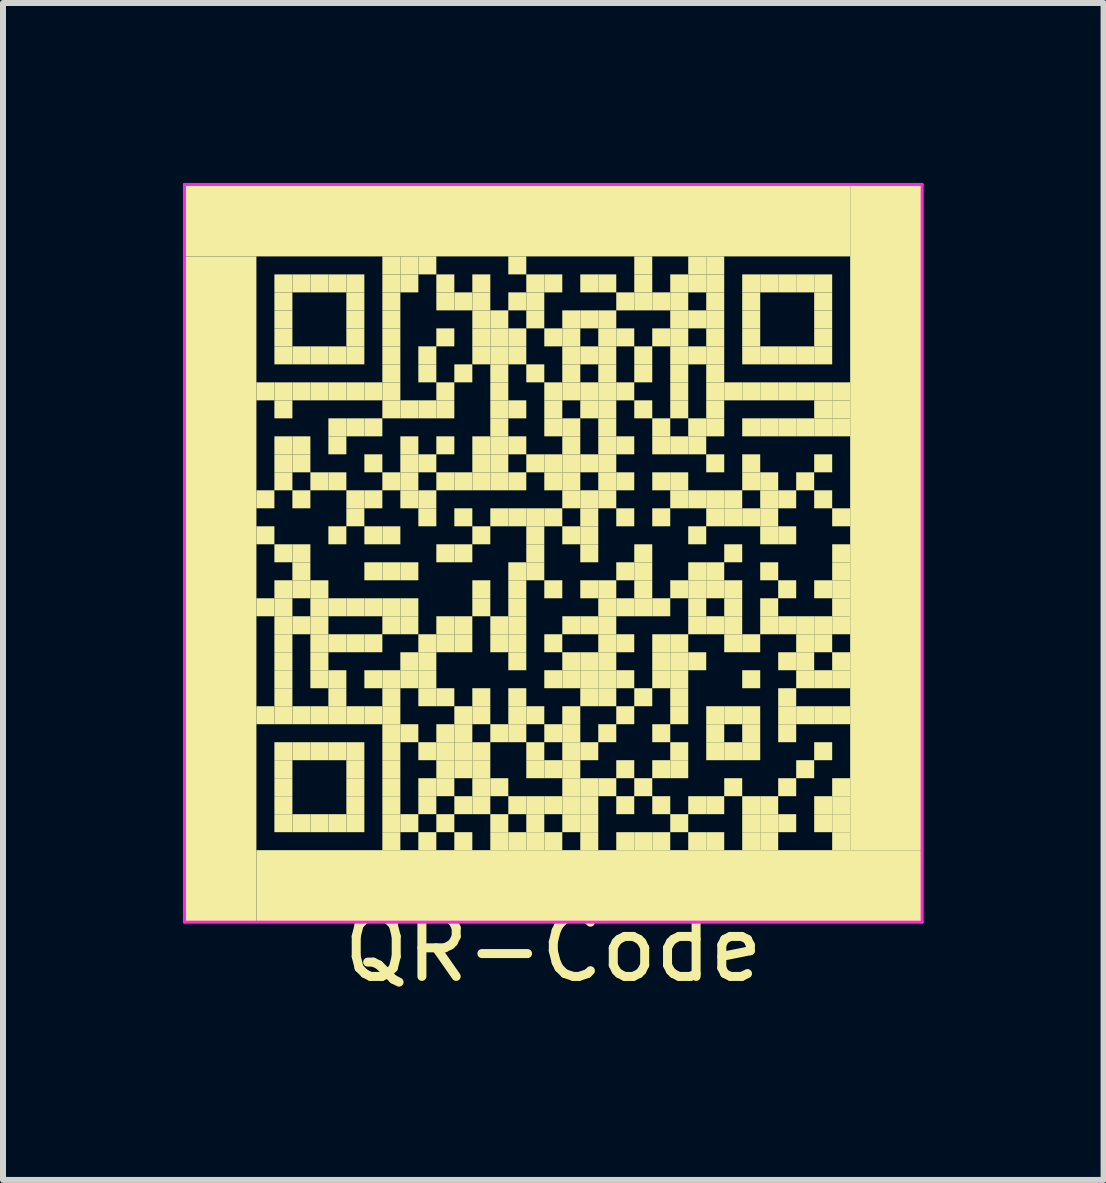
<source format=kicad_pcb>
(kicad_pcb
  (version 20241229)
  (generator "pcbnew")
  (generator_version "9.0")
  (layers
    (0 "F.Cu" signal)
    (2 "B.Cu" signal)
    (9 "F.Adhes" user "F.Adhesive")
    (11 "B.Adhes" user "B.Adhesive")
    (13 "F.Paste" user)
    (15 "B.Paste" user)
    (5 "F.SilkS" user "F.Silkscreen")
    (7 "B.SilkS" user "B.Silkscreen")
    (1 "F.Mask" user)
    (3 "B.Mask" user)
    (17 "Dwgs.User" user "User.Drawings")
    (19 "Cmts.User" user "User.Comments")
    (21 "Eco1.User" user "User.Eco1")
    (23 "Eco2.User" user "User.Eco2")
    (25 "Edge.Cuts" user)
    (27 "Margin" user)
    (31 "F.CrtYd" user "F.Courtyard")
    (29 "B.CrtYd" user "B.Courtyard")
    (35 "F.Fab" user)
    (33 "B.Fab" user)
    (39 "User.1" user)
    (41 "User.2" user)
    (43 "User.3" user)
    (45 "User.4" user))
  (footprint "QR-Code"
    (layer "F.Cu")
    (at 6.175 6.175)
    (property "Reference" "QR-Code" (at 0 6.6 0) (layer "F.SilkS") (effects (font (size 1 1) (thickness 0.15))))
    (fp_rect (start -6.15 -6.15) (end 4.95 -4.95) (stroke (width 0) (type default)) (fill yes) (layer "F.SilkS"))
    (fp_rect (start -6.15 -4.95) (end -4.95 6.15) (stroke (width 0) (type default)) (fill yes) (layer "F.SilkS"))
    (fp_rect (start -4.95 -2.85) (end -4.65 -2.55) (stroke (width 0) (type default)) (fill yes) (layer "F.SilkS"))
    (fp_rect (start -4.95 -1.05) (end -4.65 -0.75) (stroke (width 0) (type default)) (fill yes) (layer "F.SilkS"))
    (fp_rect (start -4.95 -0.45) (end -4.65 -0.15) (stroke (width 0) (type default)) (fill yes) (layer "F.SilkS"))
    (fp_rect (start -4.95 0.75) (end -4.65 1.05) (stroke (width 0) (type default)) (fill yes) (layer "F.SilkS"))
    (fp_rect (start -4.95 2.55) (end -4.65 2.85) (stroke (width 0) (type default)) (fill yes) (layer "F.SilkS"))
    (fp_rect (start -4.95 4.95) (end 6.15 6.15) (stroke (width 0) (type default)) (fill yes) (layer "F.SilkS"))
    (fp_rect (start -4.65 -4.65) (end -4.35 -4.35) (stroke (width 0) (type default)) (fill yes) (layer "F.SilkS"))
    (fp_rect (start -4.65 -4.35) (end -4.35 -4.05) (stroke (width 0) (type default)) (fill yes) (layer "F.SilkS"))
    (fp_rect (start -4.65 -4.05) (end -4.35 -3.75) (stroke (width 0) (type default)) (fill yes) (layer "F.SilkS"))
    (fp_rect (start -4.65 -3.75) (end -4.35 -3.45) (stroke (width 0) (type default)) (fill yes) (layer "F.SilkS"))
    (fp_rect (start -4.65 -3.45) (end -4.35 -3.15) (stroke (width 0) (type default)) (fill yes) (layer "F.SilkS"))
    (fp_rect (start -4.65 -2.85) (end -4.35 -2.55) (stroke (width 0) (type default)) (fill yes) (layer "F.SilkS"))
    (fp_rect (start -4.65 -2.55) (end -4.35 -2.25) (stroke (width 0) (type default)) (fill yes) (layer "F.SilkS"))
    (fp_rect (start -4.65 -1.95) (end -4.35 -1.65) (stroke (width 0) (type default)) (fill yes) (layer "F.SilkS"))
    (fp_rect (start -4.65 -1.65) (end -4.35 -1.35) (stroke (width 0) (type default)) (fill yes) (layer "F.SilkS"))
    (fp_rect (start -4.65 -1.35) (end -4.35 -1.05) (stroke (width 0) (type default)) (fill yes) (layer "F.SilkS"))
    (fp_rect (start -4.65 -0.15) (end -4.35 0.15) (stroke (width 0) (type default)) (fill yes) (layer "F.SilkS"))
    (fp_rect (start -4.65 0.45) (end -4.35 0.75) (stroke (width 0) (type default)) (fill yes) (layer "F.SilkS"))
    (fp_rect (start -4.65 0.75) (end -4.35 1.05) (stroke (width 0) (type default)) (fill yes) (layer "F.SilkS"))
    (fp_rect (start -4.65 1.05) (end -4.35 1.35) (stroke (width 0) (type default)) (fill yes) (layer "F.SilkS"))
    (fp_rect (start -4.65 1.35) (end -4.35 1.65) (stroke (width 0) (type default)) (fill yes) (layer "F.SilkS"))
    (fp_rect (start -4.65 1.65) (end -4.35 1.95) (stroke (width 0) (type default)) (fill yes) (layer "F.SilkS"))
    (fp_rect (start -4.65 1.95) (end -4.35 2.25) (stroke (width 0) (type default)) (fill yes) (layer "F.SilkS"))
    (fp_rect (start -4.65 2.25) (end -4.35 2.55) (stroke (width 0) (type default)) (fill yes) (layer "F.SilkS"))
    (fp_rect (start -4.65 2.55) (end -4.35 2.85) (stroke (width 0) (type default)) (fill yes) (layer "F.SilkS"))
    (fp_rect (start -4.65 3.15) (end -4.35 3.45) (stroke (width 0) (type default)) (fill yes) (layer "F.SilkS"))
    (fp_rect (start -4.65 3.45) (end -4.35 3.75) (stroke (width 0) (type default)) (fill yes) (layer "F.SilkS"))
    (fp_rect (start -4.65 3.75) (end -4.35 4.05) (stroke (width 0) (type default)) (fill yes) (layer "F.SilkS"))
    (fp_rect (start -4.65 4.05) (end -4.35 4.35) (stroke (width 0) (type default)) (fill yes) (layer "F.SilkS"))
    (fp_rect (start -4.65 4.35) (end -4.35 4.65) (stroke (width 0) (type default)) (fill yes) (layer "F.SilkS"))
    (fp_rect (start -4.35 -4.65) (end -4.05 -4.35) (stroke (width 0) (type default)) (fill yes) (layer "F.SilkS"))
    (fp_rect (start -4.35 -3.45) (end -4.05 -3.15) (stroke (width 0) (type default)) (fill yes) (layer "F.SilkS"))
    (fp_rect (start -4.35 -2.85) (end -4.05 -2.55) (stroke (width 0) (type default)) (fill yes) (layer "F.SilkS"))
    (fp_rect (start -4.35 -1.95) (end -4.05 -1.65) (stroke (width 0) (type default)) (fill yes) (layer "F.SilkS"))
    (fp_rect (start -4.35 -1.65) (end -4.05 -1.35) (stroke (width 0) (type default)) (fill yes) (layer "F.SilkS"))
    (fp_rect (start -4.35 -1.05) (end -4.05 -0.75) (stroke (width 0) (type default)) (fill yes) (layer "F.SilkS"))
    (fp_rect (start -4.35 -0.15) (end -4.05 0.15) (stroke (width 0) (type default)) (fill yes) (layer "F.SilkS"))
    (fp_rect (start -4.35 0.15) (end -4.05 0.45) (stroke (width 0) (type default)) (fill yes) (layer "F.SilkS"))
    (fp_rect (start -4.35 0.45) (end -4.05 0.75) (stroke (width 0) (type default)) (fill yes) (layer "F.SilkS"))
    (fp_rect (start -4.35 1.05) (end -4.05 1.35) (stroke (width 0) (type default)) (fill yes) (layer "F.SilkS"))
    (fp_rect (start -4.35 2.55) (end -4.05 2.85) (stroke (width 0) (type default)) (fill yes) (layer "F.SilkS"))
    (fp_rect (start -4.35 3.15) (end -4.05 3.45) (stroke (width 0) (type default)) (fill yes) (layer "F.SilkS"))
    (fp_rect (start -4.35 4.35) (end -4.05 4.65) (stroke (width 0) (type default)) (fill yes) (layer "F.SilkS"))
    (fp_rect (start -4.05 -4.65) (end -3.75 -4.35) (stroke (width 0) (type default)) (fill yes) (layer "F.SilkS"))
    (fp_rect (start -4.05 -3.45) (end -3.75 -3.15) (stroke (width 0) (type default)) (fill yes) (layer "F.SilkS"))
    (fp_rect (start -4.05 -2.85) (end -3.75 -2.55) (stroke (width 0) (type default)) (fill yes) (layer "F.SilkS"))
    (fp_rect (start -4.05 -1.35) (end -3.75 -1.05) (stroke (width 0) (type default)) (fill yes) (layer "F.SilkS"))
    (fp_rect (start -4.05 0.45) (end -3.75 0.75) (stroke (width 0) (type default)) (fill yes) (layer "F.SilkS"))
    (fp_rect (start -4.05 0.75) (end -3.75 1.05) (stroke (width 0) (type default)) (fill yes) (layer "F.SilkS"))
    (fp_rect (start -4.05 1.05) (end -3.75 1.35) (stroke (width 0) (type default)) (fill yes) (layer "F.SilkS"))
    (fp_rect (start -4.05 1.35) (end -3.75 1.65) (stroke (width 0) (type default)) (fill yes) (layer "F.SilkS"))
    (fp_rect (start -4.05 1.65) (end -3.75 1.95) (stroke (width 0) (type default)) (fill yes) (layer "F.SilkS"))
    (fp_rect (start -4.05 1.95) (end -3.75 2.25) (stroke (width 0) (type default)) (fill yes) (layer "F.SilkS"))
    (fp_rect (start -4.05 2.55) (end -3.75 2.85) (stroke (width 0) (type default)) (fill yes) (layer "F.SilkS"))
    (fp_rect (start -4.05 3.15) (end -3.75 3.45) (stroke (width 0) (type default)) (fill yes) (layer "F.SilkS"))
    (fp_rect (start -4.05 4.35) (end -3.75 4.65) (stroke (width 0) (type default)) (fill yes) (layer "F.SilkS"))
    (fp_rect (start -3.75 -4.65) (end -3.45 -4.35) (stroke (width 0) (type default)) (fill yes) (layer "F.SilkS"))
    (fp_rect (start -3.75 -3.45) (end -3.45 -3.15) (stroke (width 0) (type default)) (fill yes) (layer "F.SilkS"))
    (fp_rect (start -3.75 -2.85) (end -3.45 -2.55) (stroke (width 0) (type default)) (fill yes) (layer "F.SilkS"))
    (fp_rect (start -3.75 -2.25) (end -3.45 -1.95) (stroke (width 0) (type default)) (fill yes) (layer "F.SilkS"))
    (fp_rect (start -3.75 -1.95) (end -3.45 -1.65) (stroke (width 0) (type default)) (fill yes) (layer "F.SilkS"))
    (fp_rect (start -3.75 -1.35) (end -3.45 -1.05) (stroke (width 0) (type default)) (fill yes) (layer "F.SilkS"))
    (fp_rect (start -3.75 -0.45) (end -3.45 -0.15) (stroke (width 0) (type default)) (fill yes) (layer "F.SilkS"))
    (fp_rect (start -3.75 0.75) (end -3.45 1.05) (stroke (width 0) (type default)) (fill yes) (layer "F.SilkS"))
    (fp_rect (start -3.75 1.35) (end -3.45 1.65) (stroke (width 0) (type default)) (fill yes) (layer "F.SilkS"))
    (fp_rect (start -3.75 1.95) (end -3.45 2.25) (stroke (width 0) (type default)) (fill yes) (layer "F.SilkS"))
    (fp_rect (start -3.75 2.25) (end -3.45 2.55) (stroke (width 0) (type default)) (fill yes) (layer "F.SilkS"))
    (fp_rect (start -3.75 2.55) (end -3.45 2.85) (stroke (width 0) (type default)) (fill yes) (layer "F.SilkS"))
    (fp_rect (start -3.75 3.15) (end -3.45 3.45) (stroke (width 0) (type default)) (fill yes) (layer "F.SilkS"))
    (fp_rect (start -3.75 4.35) (end -3.45 4.65) (stroke (width 0) (type default)) (fill yes) (layer "F.SilkS"))
    (fp_rect (start -3.45 -4.65) (end -3.15 -4.35) (stroke (width 0) (type default)) (fill yes) (layer "F.SilkS"))
    (fp_rect (start -3.45 -4.35) (end -3.15 -4.05) (stroke (width 0) (type default)) (fill yes) (layer "F.SilkS"))
    (fp_rect (start -3.45 -4.05) (end -3.15 -3.75) (stroke (width 0) (type default)) (fill yes) (layer "F.SilkS"))
    (fp_rect (start -3.45 -3.75) (end -3.15 -3.45) (stroke (width 0) (type default)) (fill yes) (layer "F.SilkS"))
    (fp_rect (start -3.45 -3.45) (end -3.15 -3.15) (stroke (width 0) (type default)) (fill yes) (layer "F.SilkS"))
    (fp_rect (start -3.45 -2.85) (end -3.15 -2.55) (stroke (width 0) (type default)) (fill yes) (layer "F.SilkS"))
    (fp_rect (start -3.45 -2.25) (end -3.15 -1.95) (stroke (width 0) (type default)) (fill yes) (layer "F.SilkS"))
    (fp_rect (start -3.45 -1.05) (end -3.15 -0.75) (stroke (width 0) (type default)) (fill yes) (layer "F.SilkS"))
    (fp_rect (start -3.45 -0.75) (end -3.15 -0.45) (stroke (width 0) (type default)) (fill yes) (layer "F.SilkS"))
    (fp_rect (start -3.45 0.75) (end -3.15 1.05) (stroke (width 0) (type default)) (fill yes) (layer "F.SilkS"))
    (fp_rect (start -3.45 1.35) (end -3.15 1.65) (stroke (width 0) (type default)) (fill yes) (layer "F.SilkS"))
    (fp_rect (start -3.45 2.55) (end -3.15 2.85) (stroke (width 0) (type default)) (fill yes) (layer "F.SilkS"))
    (fp_rect (start -3.45 3.15) (end -3.15 3.45) (stroke (width 0) (type default)) (fill yes) (layer "F.SilkS"))
    (fp_rect (start -3.45 3.45) (end -3.15 3.75) (stroke (width 0) (type default)) (fill yes) (layer "F.SilkS"))
    (fp_rect (start -3.45 3.75) (end -3.15 4.05) (stroke (width 0) (type default)) (fill yes) (layer "F.SilkS"))
    (fp_rect (start -3.45 4.05) (end -3.15 4.35) (stroke (width 0) (type default)) (fill yes) (layer "F.SilkS"))
    (fp_rect (start -3.45 4.35) (end -3.15 4.65) (stroke (width 0) (type default)) (fill yes) (layer "F.SilkS"))
    (fp_rect (start -3.15 -2.85) (end -2.85 -2.55) (stroke (width 0) (type default)) (fill yes) (layer "F.SilkS"))
    (fp_rect (start -3.15 -2.25) (end -2.85 -1.95) (stroke (width 0) (type default)) (fill yes) (layer "F.SilkS"))
    (fp_rect (start -3.15 -1.65) (end -2.85 -1.35) (stroke (width 0) (type default)) (fill yes) (layer "F.SilkS"))
    (fp_rect (start -3.15 -1.05) (end -2.85 -0.75) (stroke (width 0) (type default)) (fill yes) (layer "F.SilkS"))
    (fp_rect (start -3.15 -0.45) (end -2.85 -0.15) (stroke (width 0) (type default)) (fill yes) (layer "F.SilkS"))
    (fp_rect (start -3.15 0.15) (end -2.85 0.45) (stroke (width 0) (type default)) (fill yes) (layer "F.SilkS"))
    (fp_rect (start -3.15 0.75) (end -2.85 1.05) (stroke (width 0) (type default)) (fill yes) (layer "F.SilkS"))
    (fp_rect (start -3.15 1.35) (end -2.85 1.65) (stroke (width 0) (type default)) (fill yes) (layer "F.SilkS"))
    (fp_rect (start -3.15 1.95) (end -2.85 2.25) (stroke (width 0) (type default)) (fill yes) (layer "F.SilkS"))
    (fp_rect (start -3.15 2.55) (end -2.85 2.85) (stroke (width 0) (type default)) (fill yes) (layer "F.SilkS"))
    (fp_rect (start -2.85 -4.95) (end -2.55 -4.65) (stroke (width 0) (type default)) (fill yes) (layer "F.SilkS"))
    (fp_rect (start -2.85 -4.65) (end -2.55 -4.35) (stroke (width 0) (type default)) (fill yes) (layer "F.SilkS"))
    (fp_rect (start -2.85 -4.35) (end -2.55 -4.05) (stroke (width 0) (type default)) (fill yes) (layer "F.SilkS"))
    (fp_rect (start -2.85 -4.05) (end -2.55 -3.75) (stroke (width 0) (type default)) (fill yes) (layer "F.SilkS"))
    (fp_rect (start -2.85 -3.75) (end -2.55 -3.45) (stroke (width 0) (type default)) (fill yes) (layer "F.SilkS"))
    (fp_rect (start -2.85 -3.45) (end -2.55 -3.15) (stroke (width 0) (type default)) (fill yes) (layer "F.SilkS"))
    (fp_rect (start -2.85 -3.15) (end -2.55 -2.85) (stroke (width 0) (type default)) (fill yes) (layer "F.SilkS"))
    (fp_rect (start -2.85 -2.85) (end -2.55 -2.55) (stroke (width 0) (type default)) (fill yes) (layer "F.SilkS"))
    (fp_rect (start -2.85 -2.55) (end -2.55 -2.25) (stroke (width 0) (type default)) (fill yes) (layer "F.SilkS"))
    (fp_rect (start -2.85 -1.35) (end -2.55 -1.05) (stroke (width 0) (type default)) (fill yes) (layer "F.SilkS"))
    (fp_rect (start -2.85 -0.45) (end -2.55 -0.15) (stroke (width 0) (type default)) (fill yes) (layer "F.SilkS"))
    (fp_rect (start -2.85 0.15) (end -2.55 0.45) (stroke (width 0) (type default)) (fill yes) (layer "F.SilkS"))
    (fp_rect (start -2.85 0.75) (end -2.55 1.05) (stroke (width 0) (type default)) (fill yes) (layer "F.SilkS"))
    (fp_rect (start -2.85 1.05) (end -2.55 1.35) (stroke (width 0) (type default)) (fill yes) (layer "F.SilkS"))
    (fp_rect (start -2.85 1.95) (end -2.55 2.25) (stroke (width 0) (type default)) (fill yes) (layer "F.SilkS"))
    (fp_rect (start -2.85 2.25) (end -2.55 2.55) (stroke (width 0) (type default)) (fill yes) (layer "F.SilkS"))
    (fp_rect (start -2.85 2.55) (end -2.55 2.85) (stroke (width 0) (type default)) (fill yes) (layer "F.SilkS"))
    (fp_rect (start -2.85 2.85) (end -2.55 3.15) (stroke (width 0) (type default)) (fill yes) (layer "F.SilkS"))
    (fp_rect (start -2.85 3.15) (end -2.55 3.45) (stroke (width 0) (type default)) (fill yes) (layer "F.SilkS"))
    (fp_rect (start -2.85 3.45) (end -2.55 3.75) (stroke (width 0) (type default)) (fill yes) (layer "F.SilkS"))
    (fp_rect (start -2.85 3.75) (end -2.55 4.05) (stroke (width 0) (type default)) (fill yes) (layer "F.SilkS"))
    (fp_rect (start -2.85 4.05) (end -2.55 4.35) (stroke (width 0) (type default)) (fill yes) (layer "F.SilkS"))
    (fp_rect (start -2.85 4.35) (end -2.55 4.65) (stroke (width 0) (type default)) (fill yes) (layer "F.SilkS"))
    (fp_rect (start -2.85 4.65) (end -2.55 4.95) (stroke (width 0) (type default)) (fill yes) (layer "F.SilkS"))
    (fp_rect (start -2.55 -4.95) (end -2.25 -4.65) (stroke (width 0) (type default)) (fill yes) (layer "F.SilkS"))
    (fp_rect (start -2.55 -4.65) (end -2.25 -4.35) (stroke (width 0) (type default)) (fill yes) (layer "F.SilkS"))
    (fp_rect (start -2.55 -2.55) (end -2.25 -2.25) (stroke (width 0) (type default)) (fill yes) (layer "F.SilkS"))
    (fp_rect (start -2.55 -1.95) (end -2.25 -1.65) (stroke (width 0) (type default)) (fill yes) (layer "F.SilkS"))
    (fp_rect (start -2.55 -1.65) (end -2.25 -1.35) (stroke (width 0) (type default)) (fill yes) (layer "F.SilkS"))
    (fp_rect (start -2.55 -1.35) (end -2.25 -1.05) (stroke (width 0) (type default)) (fill yes) (layer "F.SilkS"))
    (fp_rect (start -2.55 -1.05) (end -2.25 -0.75) (stroke (width 0) (type default)) (fill yes) (layer "F.SilkS"))
    (fp_rect (start -2.55 0.15) (end -2.25 0.45) (stroke (width 0) (type default)) (fill yes) (layer "F.SilkS"))
    (fp_rect (start -2.55 0.75) (end -2.25 1.05) (stroke (width 0) (type default)) (fill yes) (layer "F.SilkS"))
    (fp_rect (start -2.55 1.05) (end -2.25 1.35) (stroke (width 0) (type default)) (fill yes) (layer "F.SilkS"))
    (fp_rect (start -2.55 1.65) (end -2.25 1.95) (stroke (width 0) (type default)) (fill yes) (layer "F.SilkS"))
    (fp_rect (start -2.55 1.95) (end -2.25 2.25) (stroke (width 0) (type default)) (fill yes) (layer "F.SilkS"))
    (fp_rect (start -2.55 2.85) (end -2.25 3.15) (stroke (width 0) (type default)) (fill yes) (layer "F.SilkS"))
    (fp_rect (start -2.55 4.35) (end -2.25 4.65) (stroke (width 0) (type default)) (fill yes) (layer "F.SilkS"))
    (fp_rect (start -2.25 -4.95) (end -1.95 -4.65) (stroke (width 0) (type default)) (fill yes) (layer "F.SilkS"))
    (fp_rect (start -2.25 -3.45) (end -1.95 -3.15) (stroke (width 0) (type default)) (fill yes) (layer "F.SilkS"))
    (fp_rect (start -2.25 -3.15) (end -1.95 -2.85) (stroke (width 0) (type default)) (fill yes) (layer "F.SilkS"))
    (fp_rect (start -2.25 -2.55) (end -1.95 -2.25) (stroke (width 0) (type default)) (fill yes) (layer "F.SilkS"))
    (fp_rect (start -2.25 -1.65) (end -1.95 -1.35) (stroke (width 0) (type default)) (fill yes) (layer "F.SilkS"))
    (fp_rect (start -2.25 -1.05) (end -1.95 -0.75) (stroke (width 0) (type default)) (fill yes) (layer "F.SilkS"))
    (fp_rect (start -2.25 -0.75) (end -1.95 -0.45) (stroke (width 0) (type default)) (fill yes) (layer "F.SilkS"))
    (fp_rect (start -2.25 1.35) (end -1.95 1.65) (stroke (width 0) (type default)) (fill yes) (layer "F.SilkS"))
    (fp_rect (start -2.25 1.65) (end -1.95 1.95) (stroke (width 0) (type default)) (fill yes) (layer "F.SilkS"))
    (fp_rect (start -2.25 1.95) (end -1.95 2.25) (stroke (width 0) (type default)) (fill yes) (layer "F.SilkS"))
    (fp_rect (start -2.25 2.25) (end -1.95 2.55) (stroke (width 0) (type default)) (fill yes) (layer "F.SilkS"))
    (fp_rect (start -2.25 3.15) (end -1.95 3.45) (stroke (width 0) (type default)) (fill yes) (layer "F.SilkS"))
    (fp_rect (start -2.25 3.75) (end -1.95 4.05) (stroke (width 0) (type default)) (fill yes) (layer "F.SilkS"))
    (fp_rect (start -2.25 4.05) (end -1.95 4.35) (stroke (width 0) (type default)) (fill yes) (layer "F.SilkS"))
    (fp_rect (start -2.25 4.65) (end -1.95 4.95) (stroke (width 0) (type default)) (fill yes) (layer "F.SilkS"))
    (fp_rect (start -1.95 -4.65) (end -1.65 -4.35) (stroke (width 0) (type default)) (fill yes) (layer "F.SilkS"))
    (fp_rect (start -1.95 -4.35) (end -1.65 -4.05) (stroke (width 0) (type default)) (fill yes) (layer "F.SilkS"))
    (fp_rect (start -1.95 -3.75) (end -1.65 -3.45) (stroke (width 0) (type default)) (fill yes) (layer "F.SilkS"))
    (fp_rect (start -1.95 -2.85) (end -1.65 -2.55) (stroke (width 0) (type default)) (fill yes) (layer "F.SilkS"))
    (fp_rect (start -1.95 -2.55) (end -1.65 -2.25) (stroke (width 0) (type default)) (fill yes) (layer "F.SilkS"))
    (fp_rect (start -1.95 -1.95) (end -1.65 -1.65) (stroke (width 0) (type default)) (fill yes) (layer "F.SilkS"))
    (fp_rect (start -1.95 -1.35) (end -1.65 -1.05) (stroke (width 0) (type default)) (fill yes) (layer "F.SilkS"))
    (fp_rect (start -1.95 -0.15) (end -1.65 0.15) (stroke (width 0) (type default)) (fill yes) (layer "F.SilkS"))
    (fp_rect (start -1.95 1.05) (end -1.65 1.35) (stroke (width 0) (type default)) (fill yes) (layer "F.SilkS"))
    (fp_rect (start -1.95 1.35) (end -1.65 1.65) (stroke (width 0) (type default)) (fill yes) (layer "F.SilkS"))
    (fp_rect (start -1.95 2.25) (end -1.65 2.55) (stroke (width 0) (type default)) (fill yes) (layer "F.SilkS"))
    (fp_rect (start -1.95 2.85) (end -1.65 3.15) (stroke (width 0) (type default)) (fill yes) (layer "F.SilkS"))
    (fp_rect (start -1.95 3.15) (end -1.65 3.45) (stroke (width 0) (type default)) (fill yes) (layer "F.SilkS"))
    (fp_rect (start -1.95 3.45) (end -1.65 3.75) (stroke (width 0) (type default)) (fill yes) (layer "F.SilkS"))
    (fp_rect (start -1.95 3.75) (end -1.65 4.05) (stroke (width 0) (type default)) (fill yes) (layer "F.SilkS"))
    (fp_rect (start -1.95 4.35) (end -1.65 4.65) (stroke (width 0) (type default)) (fill yes) (layer "F.SilkS"))
    (fp_rect (start -1.65 -4.35) (end -1.35 -4.05) (stroke (width 0) (type default)) (fill yes) (layer "F.SilkS"))
    (fp_rect (start -1.65 -3.15) (end -1.35 -2.85) (stroke (width 0) (type default)) (fill yes) (layer "F.SilkS"))
    (fp_rect (start -1.65 -1.35) (end -1.35 -1.05) (stroke (width 0) (type default)) (fill yes) (layer "F.SilkS"))
    (fp_rect (start -1.65 -0.75) (end -1.35 -0.45) (stroke (width 0) (type default)) (fill yes) (layer "F.SilkS"))
    (fp_rect (start -1.65 -0.15) (end -1.35 0.15) (stroke (width 0) (type default)) (fill yes) (layer "F.SilkS"))
    (fp_rect (start -1.65 1.05) (end -1.35 1.35) (stroke (width 0) (type default)) (fill yes) (layer "F.SilkS"))
    (fp_rect (start -1.65 1.35) (end -1.35 1.65) (stroke (width 0) (type default)) (fill yes) (layer "F.SilkS"))
    (fp_rect (start -1.65 2.55) (end -1.35 2.85) (stroke (width 0) (type default)) (fill yes) (layer "F.SilkS"))
    (fp_rect (start -1.65 2.85) (end -1.35 3.15) (stroke (width 0) (type default)) (fill yes) (layer "F.SilkS"))
    (fp_rect (start -1.65 3.15) (end -1.35 3.45) (stroke (width 0) (type default)) (fill yes) (layer "F.SilkS"))
    (fp_rect (start -1.65 3.45) (end -1.35 3.75) (stroke (width 0) (type default)) (fill yes) (layer "F.SilkS"))
    (fp_rect (start -1.65 4.05) (end -1.35 4.35) (stroke (width 0) (type default)) (fill yes) (layer "F.SilkS"))
    (fp_rect (start -1.65 4.65) (end -1.35 4.95) (stroke (width 0) (type default)) (fill yes) (layer "F.SilkS"))
    (fp_rect (start -1.35 -4.65) (end -1.05 -4.35) (stroke (width 0) (type default)) (fill yes) (layer "F.SilkS"))
    (fp_rect (start -1.35 -4.35) (end -1.05 -4.05) (stroke (width 0) (type default)) (fill yes) (layer "F.SilkS"))
    (fp_rect (start -1.35 -4.05) (end -1.05 -3.75) (stroke (width 0) (type default)) (fill yes) (layer "F.SilkS"))
    (fp_rect (start -1.35 -3.75) (end -1.05 -3.45) (stroke (width 0) (type default)) (fill yes) (layer "F.SilkS"))
    (fp_rect (start -1.35 -3.45) (end -1.05 -3.15) (stroke (width 0) (type default)) (fill yes) (layer "F.SilkS"))
    (fp_rect (start -1.35 -1.95) (end -1.05 -1.65) (stroke (width 0) (type default)) (fill yes) (layer "F.SilkS"))
    (fp_rect (start -1.35 -1.65) (end -1.05 -1.35) (stroke (width 0) (type default)) (fill yes) (layer "F.SilkS"))
    (fp_rect (start -1.35 -1.35) (end -1.05 -1.05) (stroke (width 0) (type default)) (fill yes) (layer "F.SilkS"))
    (fp_rect (start -1.35 -0.45) (end -1.05 -0.15) (stroke (width 0) (type default)) (fill yes) (layer "F.SilkS"))
    (fp_rect (start -1.35 0.45) (end -1.05 0.75) (stroke (width 0) (type default)) (fill yes) (layer "F.SilkS"))
    (fp_rect (start -1.35 0.75) (end -1.05 1.05) (stroke (width 0) (type default)) (fill yes) (layer "F.SilkS"))
    (fp_rect (start -1.35 2.25) (end -1.05 2.55) (stroke (width 0) (type default)) (fill yes) (layer "F.SilkS"))
    (fp_rect (start -1.35 2.55) (end -1.05 2.85) (stroke (width 0) (type default)) (fill yes) (layer "F.SilkS"))
    (fp_rect (start -1.35 3.15) (end -1.05 3.45) (stroke (width 0) (type default)) (fill yes) (layer "F.SilkS"))
    (fp_rect (start -1.35 3.45) (end -1.05 3.75) (stroke (width 0) (type default)) (fill yes) (layer "F.SilkS"))
    (fp_rect (start -1.35 3.75) (end -1.05 4.05) (stroke (width 0) (type default)) (fill yes) (layer "F.SilkS"))
    (fp_rect (start -1.35 4.05) (end -1.05 4.35) (stroke (width 0) (type default)) (fill yes) (layer "F.SilkS"))
    (fp_rect (start -1.05 -4.05) (end -0.75 -3.75) (stroke (width 0) (type default)) (fill yes) (layer "F.SilkS"))
    (fp_rect (start -1.05 -3.75) (end -0.75 -3.45) (stroke (width 0) (type default)) (fill yes) (layer "F.SilkS"))
    (fp_rect (start -1.05 -3.45) (end -0.75 -3.15) (stroke (width 0) (type default)) (fill yes) (layer "F.SilkS"))
    (fp_rect (start -1.05 -3.15) (end -0.75 -2.85) (stroke (width 0) (type default)) (fill yes) (layer "F.SilkS"))
    (fp_rect (start -1.05 -2.85) (end -0.75 -2.55) (stroke (width 0) (type default)) (fill yes) (layer "F.SilkS"))
    (fp_rect (start -1.05 -2.55) (end -0.75 -2.25) (stroke (width 0) (type default)) (fill yes) (layer "F.SilkS"))
    (fp_rect (start -1.05 -2.25) (end -0.75 -1.95) (stroke (width 0) (type default)) (fill yes) (layer "F.SilkS"))
    (fp_rect (start -1.05 -1.95) (end -0.75 -1.65) (stroke (width 0) (type default)) (fill yes) (layer "F.SilkS"))
    (fp_rect (start -1.05 -1.65) (end -0.75 -1.35) (stroke (width 0) (type default)) (fill yes) (layer "F.SilkS"))
    (fp_rect (start -1.05 -1.35) (end -0.75 -1.05) (stroke (width 0) (type default)) (fill yes) (layer "F.SilkS"))
    (fp_rect (start -1.05 -0.75) (end -0.75 -0.45) (stroke (width 0) (type default)) (fill yes) (layer "F.SilkS"))
    (fp_rect (start -1.05 1.05) (end -0.75 1.35) (stroke (width 0) (type default)) (fill yes) (layer "F.SilkS"))
    (fp_rect (start -1.05 1.35) (end -0.75 1.65) (stroke (width 0) (type default)) (fill yes) (layer "F.SilkS"))
    (fp_rect (start -1.05 2.85) (end -0.75 3.15) (stroke (width 0) (type default)) (fill yes) (layer "F.SilkS"))
    (fp_rect (start -1.05 3.75) (end -0.75 4.05) (stroke (width 0) (type default)) (fill yes) (layer "F.SilkS"))
    (fp_rect (start -1.05 4.35) (end -0.75 4.65) (stroke (width 0) (type default)) (fill yes) (layer "F.SilkS"))
    (fp_rect (start -1.05 4.65) (end -0.75 4.95) (stroke (width 0) (type default)) (fill yes) (layer "F.SilkS"))
    (fp_rect (start -0.75 -4.95) (end -0.45 -4.65) (stroke (width 0) (type default)) (fill yes) (layer "F.SilkS"))
    (fp_rect (start -0.75 -4.35) (end -0.45 -4.05) (stroke (width 0) (type default)) (fill yes) (layer "F.SilkS"))
    (fp_rect (start -0.75 -3.75) (end -0.45 -3.45) (stroke (width 0) (type default)) (fill yes) (layer "F.SilkS"))
    (fp_rect (start -0.75 -3.45) (end -0.45 -3.15) (stroke (width 0) (type default)) (fill yes) (layer "F.SilkS"))
    (fp_rect (start -0.75 -2.55) (end -0.45 -2.25) (stroke (width 0) (type default)) (fill yes) (layer "F.SilkS"))
    (fp_rect (start -0.75 -1.95) (end -0.45 -1.65) (stroke (width 0) (type default)) (fill yes) (layer "F.SilkS"))
    (fp_rect (start -0.75 -1.35) (end -0.45 -1.05) (stroke (width 0) (type default)) (fill yes) (layer "F.SilkS"))
    (fp_rect (start -0.75 -0.75) (end -0.45 -0.45) (stroke (width 0) (type default)) (fill yes) (layer "F.SilkS"))
    (fp_rect (start -0.75 0.15) (end -0.45 0.45) (stroke (width 0) (type default)) (fill yes) (layer "F.SilkS"))
    (fp_rect (start -0.75 0.45) (end -0.45 0.75) (stroke (width 0) (type default)) (fill yes) (layer "F.SilkS"))
    (fp_rect (start -0.75 0.75) (end -0.45 1.05) (stroke (width 0) (type default)) (fill yes) (layer "F.SilkS"))
    (fp_rect (start -0.75 1.05) (end -0.45 1.35) (stroke (width 0) (type default)) (fill yes) (layer "F.SilkS"))
    (fp_rect (start -0.75 1.35) (end -0.45 1.65) (stroke (width 0) (type default)) (fill yes) (layer "F.SilkS"))
    (fp_rect (start -0.75 1.65) (end -0.45 1.95) (stroke (width 0) (type default)) (fill yes) (layer "F.SilkS"))
    (fp_rect (start -0.75 2.25) (end -0.45 2.55) (stroke (width 0) (type default)) (fill yes) (layer "F.SilkS"))
    (fp_rect (start -0.75 2.55) (end -0.45 2.85) (stroke (width 0) (type default)) (fill yes) (layer "F.SilkS"))
    (fp_rect (start -0.75 2.85) (end -0.45 3.15) (stroke (width 0) (type default)) (fill yes) (layer "F.SilkS"))
    (fp_rect (start -0.75 4.05) (end -0.45 4.35) (stroke (width 0) (type default)) (fill yes) (layer "F.SilkS"))
    (fp_rect (start -0.75 4.65) (end -0.45 4.95) (stroke (width 0) (type default)) (fill yes) (layer "F.SilkS"))
    (fp_rect (start -0.45 -4.65) (end -0.15 -4.35) (stroke (width 0) (type default)) (fill yes) (layer "F.SilkS"))
    (fp_rect (start -0.45 -4.35) (end -0.15 -4.05) (stroke (width 0) (type default)) (fill yes) (layer "F.SilkS"))
    (fp_rect (start -0.45 -4.05) (end -0.15 -3.75) (stroke (width 0) (type default)) (fill yes) (layer "F.SilkS"))
    (fp_rect (start -0.45 -3.15) (end -0.15 -2.85) (stroke (width 0) (type default)) (fill yes) (layer "F.SilkS"))
    (fp_rect (start -0.45 -1.65) (end -0.15 -1.35) (stroke (width 0) (type default)) (fill yes) (layer "F.SilkS"))
    (fp_rect (start -0.45 -0.75) (end -0.15 -0.45) (stroke (width 0) (type default)) (fill yes) (layer "F.SilkS"))
    (fp_rect (start -0.45 -0.45) (end -0.15 -0.15) (stroke (width 0) (type default)) (fill yes) (layer "F.SilkS"))
    (fp_rect (start -0.45 -0.15) (end -0.15 0.15) (stroke (width 0) (type default)) (fill yes) (layer "F.SilkS"))
    (fp_rect (start -0.45 0.15) (end -0.15 0.45) (stroke (width 0) (type default)) (fill yes) (layer "F.SilkS"))
    (fp_rect (start -0.45 2.55) (end -0.15 2.85) (stroke (width 0) (type default)) (fill yes) (layer "F.SilkS"))
    (fp_rect (start -0.45 3.15) (end -0.15 3.45) (stroke (width 0) (type default)) (fill yes) (layer "F.SilkS"))
    (fp_rect (start -0.45 3.45) (end -0.15 3.75) (stroke (width 0) (type default)) (fill yes) (layer "F.SilkS"))
    (fp_rect (start -0.45 4.05) (end -0.15 4.35) (stroke (width 0) (type default)) (fill yes) (layer "F.SilkS"))
    (fp_rect (start -0.45 4.35) (end -0.15 4.65) (stroke (width 0) (type default)) (fill yes) (layer "F.SilkS"))
    (fp_rect (start -0.45 4.65) (end -0.15 4.95) (stroke (width 0) (type default)) (fill yes) (layer "F.SilkS"))
    (fp_rect (start -0.15 -4.65) (end 0.15 -4.35) (stroke (width 0) (type default)) (fill yes) (layer "F.SilkS"))
    (fp_rect (start -0.15 -3.75) (end 0.15 -3.45) (stroke (width 0) (type default)) (fill yes) (layer "F.SilkS"))
    (fp_rect (start -0.15 -2.85) (end 0.15 -2.55) (stroke (width 0) (type default)) (fill yes) (layer "F.SilkS"))
    (fp_rect (start -0.15 -2.55) (end 0.15 -2.25) (stroke (width 0) (type default)) (fill yes) (layer "F.SilkS"))
    (fp_rect (start -0.15 -2.25) (end 0.15 -1.95) (stroke (width 0) (type default)) (fill yes) (layer "F.SilkS"))
    (fp_rect (start -0.15 -1.65) (end 0.15 -1.35) (stroke (width 0) (type default)) (fill yes) (layer "F.SilkS"))
    (fp_rect (start -0.15 -1.35) (end 0.15 -1.05) (stroke (width 0) (type default)) (fill yes) (layer "F.SilkS"))
    (fp_rect (start -0.15 -0.75) (end 0.15 -0.45) (stroke (width 0) (type default)) (fill yes) (layer "F.SilkS"))
    (fp_rect (start -0.15 0.45) (end 0.15 0.75) (stroke (width 0) (type default)) (fill yes) (layer "F.SilkS"))
    (fp_rect (start -0.15 1.35) (end 0.15 1.65) (stroke (width 0) (type default)) (fill yes) (layer "F.SilkS"))
    (fp_rect (start -0.15 1.95) (end 0.15 2.25) (stroke (width 0) (type default)) (fill yes) (layer "F.SilkS"))
    (fp_rect (start -0.15 2.85) (end 0.15 3.15) (stroke (width 0) (type default)) (fill yes) (layer "F.SilkS"))
    (fp_rect (start -0.15 3.45) (end 0.15 3.75) (stroke (width 0) (type default)) (fill yes) (layer "F.SilkS"))
    (fp_rect (start -0.15 4.05) (end 0.15 4.35) (stroke (width 0) (type default)) (fill yes) (layer "F.SilkS"))
    (fp_rect (start -0.15 4.65) (end 0.15 4.95) (stroke (width 0) (type default)) (fill yes) (layer "F.SilkS"))
    (fp_rect (start 0.15 -4.05) (end 0.45 -3.75) (stroke (width 0) (type default)) (fill yes) (layer "F.SilkS"))
    (fp_rect (start 0.15 -3.75) (end 0.45 -3.45) (stroke (width 0) (type default)) (fill yes) (layer "F.SilkS"))
    (fp_rect (start 0.15 -3.45) (end 0.45 -3.15) (stroke (width 0) (type default)) (fill yes) (layer "F.SilkS"))
    (fp_rect (start 0.15 -3.15) (end 0.45 -2.85) (stroke (width 0) (type default)) (fill yes) (layer "F.SilkS"))
    (fp_rect (start 0.15 -2.85) (end 0.45 -2.55) (stroke (width 0) (type default)) (fill yes) (layer "F.SilkS"))
    (fp_rect (start 0.15 -2.25) (end 0.45 -1.95) (stroke (width 0) (type default)) (fill yes) (layer "F.SilkS"))
    (fp_rect (start 0.15 -1.95) (end 0.45 -1.65) (stroke (width 0) (type default)) (fill yes) (layer "F.SilkS"))
    (fp_rect (start 0.15 -1.65) (end 0.45 -1.35) (stroke (width 0) (type default)) (fill yes) (layer "F.SilkS"))
    (fp_rect (start 0.15 -1.35) (end 0.45 -1.05) (stroke (width 0) (type default)) (fill yes) (layer "F.SilkS"))
    (fp_rect (start 0.15 -1.05) (end 0.45 -0.75) (stroke (width 0) (type default)) (fill yes) (layer "F.SilkS"))
    (fp_rect (start 0.15 -0.45) (end 0.45 -0.15) (stroke (width 0) (type default)) (fill yes) (layer "F.SilkS"))
    (fp_rect (start 0.15 1.05) (end 0.45 1.35) (stroke (width 0) (type default)) (fill yes) (layer "F.SilkS"))
    (fp_rect (start 0.15 1.65) (end 0.45 1.95) (stroke (width 0) (type default)) (fill yes) (layer "F.SilkS"))
    (fp_rect (start 0.15 1.95) (end 0.45 2.25) (stroke (width 0) (type default)) (fill yes) (layer "F.SilkS"))
    (fp_rect (start 0.15 2.55) (end 0.45 2.85) (stroke (width 0) (type default)) (fill yes) (layer "F.SilkS"))
    (fp_rect (start 0.15 2.85) (end 0.45 3.15) (stroke (width 0) (type default)) (fill yes) (layer "F.SilkS"))
    (fp_rect (start 0.15 3.15) (end 0.45 3.45) (stroke (width 0) (type default)) (fill yes) (layer "F.SilkS"))
    (fp_rect (start 0.15 3.45) (end 0.45 3.75) (stroke (width 0) (type default)) (fill yes) (layer "F.SilkS"))
    (fp_rect (start 0.15 3.75) (end 0.45 4.05) (stroke (width 0) (type default)) (fill yes) (layer "F.SilkS"))
    (fp_rect (start 0.15 4.05) (end 0.45 4.35) (stroke (width 0) (type default)) (fill yes) (layer "F.SilkS"))
    (fp_rect (start 0.15 4.35) (end 0.45 4.65) (stroke (width 0) (type default)) (fill yes) (layer "F.SilkS"))
    (fp_rect (start 0.45 -4.65) (end 0.75 -4.35) (stroke (width 0) (type default)) (fill yes) (layer "F.SilkS"))
    (fp_rect (start 0.45 -4.05) (end 0.75 -3.75) (stroke (width 0) (type default)) (fill yes) (layer "F.SilkS"))
    (fp_rect (start 0.45 -3.45) (end 0.75 -3.15) (stroke (width 0) (type default)) (fill yes) (layer "F.SilkS"))
    (fp_rect (start 0.45 -2.85) (end 0.75 -2.55) (stroke (width 0) (type default)) (fill yes) (layer "F.SilkS"))
    (fp_rect (start 0.45 -2.55) (end 0.75 -2.25) (stroke (width 0) (type default)) (fill yes) (layer "F.SilkS"))
    (fp_rect (start 0.45 -1.65) (end 0.75 -1.35) (stroke (width 0) (type default)) (fill yes) (layer "F.SilkS"))
    (fp_rect (start 0.45 -1.05) (end 0.75 -0.75) (stroke (width 0) (type default)) (fill yes) (layer "F.SilkS"))
    (fp_rect (start 0.45 -0.75) (end 0.75 -0.45) (stroke (width 0) (type default)) (fill yes) (layer "F.SilkS"))
    (fp_rect (start 0.45 -0.45) (end 0.75 -0.15) (stroke (width 0) (type default)) (fill yes) (layer "F.SilkS"))
    (fp_rect (start 0.45 -0.15) (end 0.75 0.15) (stroke (width 0) (type default)) (fill yes) (layer "F.SilkS"))
    (fp_rect (start 0.45 0.45) (end 0.75 0.75) (stroke (width 0) (type default)) (fill yes) (layer "F.SilkS"))
    (fp_rect (start 0.45 1.05) (end 0.75 1.35) (stroke (width 0) (type default)) (fill yes) (layer "F.SilkS"))
    (fp_rect (start 0.45 1.65) (end 0.75 1.95) (stroke (width 0) (type default)) (fill yes) (layer "F.SilkS"))
    (fp_rect (start 0.45 1.95) (end 0.75 2.25) (stroke (width 0) (type default)) (fill yes) (layer "F.SilkS"))
    (fp_rect (start 0.45 2.25) (end 0.75 2.55) (stroke (width 0) (type default)) (fill yes) (layer "F.SilkS"))
    (fp_rect (start 0.45 3.15) (end 0.75 3.45) (stroke (width 0) (type default)) (fill yes) (layer "F.SilkS"))
    (fp_rect (start 0.45 3.75) (end 0.75 4.05) (stroke (width 0) (type default)) (fill yes) (layer "F.SilkS"))
    (fp_rect (start 0.45 4.05) (end 0.75 4.35) (stroke (width 0) (type default)) (fill yes) (layer "F.SilkS"))
    (fp_rect (start 0.45 4.35) (end 0.75 4.65) (stroke (width 0) (type default)) (fill yes) (layer "F.SilkS"))
    (fp_rect (start 0.45 4.65) (end 0.75 4.95) (stroke (width 0) (type default)) (fill yes) (layer "F.SilkS"))
    (fp_rect (start 0.75 -4.65) (end 1.05 -4.35) (stroke (width 0) (type default)) (fill yes) (layer "F.SilkS"))
    (fp_rect (start 0.75 -4.05) (end 1.05 -3.75) (stroke (width 0) (type default)) (fill yes) (layer "F.SilkS"))
    (fp_rect (start 0.75 -3.75) (end 1.05 -3.45) (stroke (width 0) (type default)) (fill yes) (layer "F.SilkS"))
    (fp_rect (start 0.75 -3.45) (end 1.05 -3.15) (stroke (width 0) (type default)) (fill yes) (layer "F.SilkS"))
    (fp_rect (start 0.75 -3.15) (end 1.05 -2.85) (stroke (width 0) (type default)) (fill yes) (layer "F.SilkS"))
    (fp_rect (start 0.75 -2.85) (end 1.05 -2.55) (stroke (width 0) (type default)) (fill yes) (layer "F.SilkS"))
    (fp_rect (start 0.75 -2.55) (end 1.05 -2.25) (stroke (width 0) (type default)) (fill yes) (layer "F.SilkS"))
    (fp_rect (start 0.75 -2.25) (end 1.05 -1.95) (stroke (width 0) (type default)) (fill yes) (layer "F.SilkS"))
    (fp_rect (start 0.75 -1.95) (end 1.05 -1.65) (stroke (width 0) (type default)) (fill yes) (layer "F.SilkS"))
    (fp_rect (start 0.75 -1.65) (end 1.05 -1.35) (stroke (width 0) (type default)) (fill yes) (layer "F.SilkS"))
    (fp_rect (start 0.75 -1.35) (end 1.05 -1.05) (stroke (width 0) (type default)) (fill yes) (layer "F.SilkS"))
    (fp_rect (start 0.75 -1.05) (end 1.05 -0.75) (stroke (width 0) (type default)) (fill yes) (layer "F.SilkS"))
    (fp_rect (start 0.75 0.45) (end 1.05 0.75) (stroke (width 0) (type default)) (fill yes) (layer "F.SilkS"))
    (fp_rect (start 0.75 0.75) (end 1.05 1.05) (stroke (width 0) (type default)) (fill yes) (layer "F.SilkS"))
    (fp_rect (start 0.75 1.05) (end 1.05 1.35) (stroke (width 0) (type default)) (fill yes) (layer "F.SilkS"))
    (fp_rect (start 0.75 1.35) (end 1.05 1.65) (stroke (width 0) (type default)) (fill yes) (layer "F.SilkS"))
    (fp_rect (start 0.75 1.65) (end 1.05 1.95) (stroke (width 0) (type default)) (fill yes) (layer "F.SilkS"))
    (fp_rect (start 0.75 1.95) (end 1.05 2.25) (stroke (width 0) (type default)) (fill yes) (layer "F.SilkS"))
    (fp_rect (start 0.75 2.25) (end 1.05 2.55) (stroke (width 0) (type default)) (fill yes) (layer "F.SilkS"))
    (fp_rect (start 0.75 2.85) (end 1.05 3.15) (stroke (width 0) (type default)) (fill yes) (layer "F.SilkS"))
    (fp_rect (start 0.75 3.75) (end 1.05 4.05) (stroke (width 0) (type default)) (fill yes) (layer "F.SilkS"))
    (fp_rect (start 1.05 -4.35) (end 1.35 -4.05) (stroke (width 0) (type default)) (fill yes) (layer "F.SilkS"))
    (fp_rect (start 1.05 -3.75) (end 1.35 -3.45) (stroke (width 0) (type default)) (fill yes) (layer "F.SilkS"))
    (fp_rect (start 1.05 -2.85) (end 1.35 -2.55) (stroke (width 0) (type default)) (fill yes) (layer "F.SilkS"))
    (fp_rect (start 1.05 -1.95) (end 1.35 -1.65) (stroke (width 0) (type default)) (fill yes) (layer "F.SilkS"))
    (fp_rect (start 1.05 -1.35) (end 1.35 -1.05) (stroke (width 0) (type default)) (fill yes) (layer "F.SilkS"))
    (fp_rect (start 1.05 -0.75) (end 1.35 -0.45) (stroke (width 0) (type default)) (fill yes) (layer "F.SilkS"))
    (fp_rect (start 1.05 0.15) (end 1.35 0.45) (stroke (width 0) (type default)) (fill yes) (layer "F.SilkS"))
    (fp_rect (start 1.05 0.75) (end 1.35 1.05) (stroke (width 0) (type default)) (fill yes) (layer "F.SilkS"))
    (fp_rect (start 1.05 1.35) (end 1.35 1.65) (stroke (width 0) (type default)) (fill yes) (layer "F.SilkS"))
    (fp_rect (start 1.05 1.95) (end 1.35 2.25) (stroke (width 0) (type default)) (fill yes) (layer "F.SilkS"))
    (fp_rect (start 1.05 2.55) (end 1.35 2.85) (stroke (width 0) (type default)) (fill yes) (layer "F.SilkS"))
    (fp_rect (start 1.05 3.45) (end 1.35 3.75) (stroke (width 0) (type default)) (fill yes) (layer "F.SilkS"))
    (fp_rect (start 1.05 4.05) (end 1.35 4.35) (stroke (width 0) (type default)) (fill yes) (layer "F.SilkS"))
    (fp_rect (start 1.05 4.65) (end 1.35 4.95) (stroke (width 0) (type default)) (fill yes) (layer "F.SilkS"))
    (fp_rect (start 1.35 -4.95) (end 1.65 -4.65) (stroke (width 0) (type default)) (fill yes) (layer "F.SilkS"))
    (fp_rect (start 1.35 -4.65) (end 1.65 -4.35) (stroke (width 0) (type default)) (fill yes) (layer "F.SilkS"))
    (fp_rect (start 1.35 -4.35) (end 1.65 -4.05) (stroke (width 0) (type default)) (fill yes) (layer "F.SilkS"))
    (fp_rect (start 1.35 -3.45) (end 1.65 -3.15) (stroke (width 0) (type default)) (fill yes) (layer "F.SilkS"))
    (fp_rect (start 1.35 -3.15) (end 1.65 -2.85) (stroke (width 0) (type default)) (fill yes) (layer "F.SilkS"))
    (fp_rect (start 1.35 -2.55) (end 1.65 -2.25) (stroke (width 0) (type default)) (fill yes) (layer "F.SilkS"))
    (fp_rect (start 1.35 -0.15) (end 1.65 0.15) (stroke (width 0) (type default)) (fill yes) (layer "F.SilkS"))
    (fp_rect (start 1.35 0.15) (end 1.65 0.45) (stroke (width 0) (type default)) (fill yes) (layer "F.SilkS"))
    (fp_rect (start 1.35 0.45) (end 1.65 0.75) (stroke (width 0) (type default)) (fill yes) (layer "F.SilkS"))
    (fp_rect (start 1.35 0.75) (end 1.65 1.05) (stroke (width 0) (type default)) (fill yes) (layer "F.SilkS"))
    (fp_rect (start 1.35 2.25) (end 1.65 2.55) (stroke (width 0) (type default)) (fill yes) (layer "F.SilkS"))
    (fp_rect (start 1.35 3.75) (end 1.65 4.05) (stroke (width 0) (type default)) (fill yes) (layer "F.SilkS"))
    (fp_rect (start 1.35 4.65) (end 1.65 4.95) (stroke (width 0) (type default)) (fill yes) (layer "F.SilkS"))
    (fp_rect (start 1.65 -4.35) (end 1.95 -4.05) (stroke (width 0) (type default)) (fill yes) (layer "F.SilkS"))
    (fp_rect (start 1.65 -3.75) (end 1.95 -3.45) (stroke (width 0) (type default)) (fill yes) (layer "F.SilkS"))
    (fp_rect (start 1.65 -2.25) (end 1.95 -1.95) (stroke (width 0) (type default)) (fill yes) (layer "F.SilkS"))
    (fp_rect (start 1.65 -1.95) (end 1.95 -1.65) (stroke (width 0) (type default)) (fill yes) (layer "F.SilkS"))
    (fp_rect (start 1.65 -1.35) (end 1.95 -1.05) (stroke (width 0) (type default)) (fill yes) (layer "F.SilkS"))
    (fp_rect (start 1.65 -0.75) (end 1.95 -0.45) (stroke (width 0) (type default)) (fill yes) (layer "F.SilkS"))
    (fp_rect (start 1.65 0.75) (end 1.95 1.05) (stroke (width 0) (type default)) (fill yes) (layer "F.SilkS"))
    (fp_rect (start 1.65 1.35) (end 1.95 1.65) (stroke (width 0) (type default)) (fill yes) (layer "F.SilkS"))
    (fp_rect (start 1.65 1.65) (end 1.95 1.95) (stroke (width 0) (type default)) (fill yes) (layer "F.SilkS"))
    (fp_rect (start 1.65 1.95) (end 1.95 2.25) (stroke (width 0) (type default)) (fill yes) (layer "F.SilkS"))
    (fp_rect (start 1.65 2.85) (end 1.95 3.15) (stroke (width 0) (type default)) (fill yes) (layer "F.SilkS"))
    (fp_rect (start 1.65 3.45) (end 1.95 3.75) (stroke (width 0) (type default)) (fill yes) (layer "F.SilkS"))
    (fp_rect (start 1.65 4.05) (end 1.95 4.35) (stroke (width 0) (type default)) (fill yes) (layer "F.SilkS"))
    (fp_rect (start 1.65 4.65) (end 1.95 4.95) (stroke (width 0) (type default)) (fill yes) (layer "F.SilkS"))
    (fp_rect (start 1.95 -4.65) (end 2.25 -4.35) (stroke (width 0) (type default)) (fill yes) (layer "F.SilkS"))
    (fp_rect (start 1.95 -4.35) (end 2.25 -4.05) (stroke (width 0) (type default)) (fill yes) (layer "F.SilkS"))
    (fp_rect (start 1.95 -4.05) (end 2.25 -3.75) (stroke (width 0) (type default)) (fill yes) (layer "F.SilkS"))
    (fp_rect (start 1.95 -3.75) (end 2.25 -3.45) (stroke (width 0) (type default)) (fill yes) (layer "F.SilkS"))
    (fp_rect (start 1.95 -3.45) (end 2.25 -3.15) (stroke (width 0) (type default)) (fill yes) (layer "F.SilkS"))
    (fp_rect (start 1.95 -3.15) (end 2.25 -2.85) (stroke (width 0) (type default)) (fill yes) (layer "F.SilkS"))
    (fp_rect (start 1.95 -2.85) (end 2.25 -2.55) (stroke (width 0) (type default)) (fill yes) (layer "F.SilkS"))
    (fp_rect (start 1.95 -2.55) (end 2.25 -2.25) (stroke (width 0) (type default)) (fill yes) (layer "F.SilkS"))
    (fp_rect (start 1.95 -1.95) (end 2.25 -1.65) (stroke (width 0) (type default)) (fill yes) (layer "F.SilkS"))
    (fp_rect (start 1.95 -1.35) (end 2.25 -1.05) (stroke (width 0) (type default)) (fill yes) (layer "F.SilkS"))
    (fp_rect (start 1.95 -1.05) (end 2.25 -0.75) (stroke (width 0) (type default)) (fill yes) (layer "F.SilkS"))
    (fp_rect (start 1.95 0.45) (end 2.25 0.75) (stroke (width 0) (type default)) (fill yes) (layer "F.SilkS"))
    (fp_rect (start 1.95 1.35) (end 2.25 1.65) (stroke (width 0) (type default)) (fill yes) (layer "F.SilkS"))
    (fp_rect (start 1.95 1.65) (end 2.25 1.95) (stroke (width 0) (type default)) (fill yes) (layer "F.SilkS"))
    (fp_rect (start 1.95 1.95) (end 2.25 2.25) (stroke (width 0) (type default)) (fill yes) (layer "F.SilkS"))
    (fp_rect (start 1.95 2.25) (end 2.25 2.55) (stroke (width 0) (type default)) (fill yes) (layer "F.SilkS"))
    (fp_rect (start 1.95 2.55) (end 2.25 2.85) (stroke (width 0) (type default)) (fill yes) (layer "F.SilkS"))
    (fp_rect (start 1.95 3.15) (end 2.25 3.45) (stroke (width 0) (type default)) (fill yes) (layer "F.SilkS"))
    (fp_rect (start 1.95 3.45) (end 2.25 3.75) (stroke (width 0) (type default)) (fill yes) (layer "F.SilkS"))
    (fp_rect (start 1.95 4.35) (end 2.25 4.65) (stroke (width 0) (type default)) (fill yes) (layer "F.SilkS"))
    (fp_rect (start 2.25 -4.95) (end 2.55 -4.65) (stroke (width 0) (type default)) (fill yes) (layer "F.SilkS"))
    (fp_rect (start 2.25 -4.65) (end 2.55 -4.35) (stroke (width 0) (type default)) (fill yes) (layer "F.SilkS"))
    (fp_rect (start 2.25 -4.05) (end 2.55 -3.75) (stroke (width 0) (type default)) (fill yes) (layer "F.SilkS"))
    (fp_rect (start 2.25 -3.45) (end 2.55 -3.15) (stroke (width 0) (type default)) (fill yes) (layer "F.SilkS"))
    (fp_rect (start 2.25 -2.25) (end 2.55 -1.95) (stroke (width 0) (type default)) (fill yes) (layer "F.SilkS"))
    (fp_rect (start 2.25 -1.95) (end 2.55 -1.65) (stroke (width 0) (type default)) (fill yes) (layer "F.SilkS"))
    (fp_rect (start 2.25 -1.05) (end 2.55 -0.75) (stroke (width 0) (type default)) (fill yes) (layer "F.SilkS"))
    (fp_rect (start 2.25 -0.45) (end 2.55 -0.15) (stroke (width 0) (type default)) (fill yes) (layer "F.SilkS"))
    (fp_rect (start 2.25 0.15) (end 2.55 0.45) (stroke (width 0) (type default)) (fill yes) (layer "F.SilkS"))
    (fp_rect (start 2.25 0.45) (end 2.55 0.75) (stroke (width 0) (type default)) (fill yes) (layer "F.SilkS"))
    (fp_rect (start 2.25 0.75) (end 2.55 1.05) (stroke (width 0) (type default)) (fill yes) (layer "F.SilkS"))
    (fp_rect (start 2.25 1.05) (end 2.55 1.35) (stroke (width 0) (type default)) (fill yes) (layer "F.SilkS"))
    (fp_rect (start 2.25 1.65) (end 2.55 1.95) (stroke (width 0) (type default)) (fill yes) (layer "F.SilkS"))
    (fp_rect (start 2.25 4.05) (end 2.55 4.35) (stroke (width 0) (type default)) (fill yes) (layer "F.SilkS"))
    (fp_rect (start 2.25 4.65) (end 2.55 4.95) (stroke (width 0) (type default)) (fill yes) (layer "F.SilkS"))
    (fp_rect (start 2.55 -4.95) (end 2.85 -4.65) (stroke (width 0) (type default)) (fill yes) (layer "F.SilkS"))
    (fp_rect (start 2.55 -4.65) (end 2.85 -4.35) (stroke (width 0) (type default)) (fill yes) (layer "F.SilkS"))
    (fp_rect (start 2.55 -4.35) (end 2.85 -4.05) (stroke (width 0) (type default)) (fill yes) (layer "F.SilkS"))
    (fp_rect (start 2.55 -4.05) (end 2.85 -3.75) (stroke (width 0) (type default)) (fill yes) (layer "F.SilkS"))
    (fp_rect (start 2.55 -3.75) (end 2.85 -3.45) (stroke (width 0) (type default)) (fill yes) (layer "F.SilkS"))
    (fp_rect (start 2.55 -3.45) (end 2.85 -3.15) (stroke (width 0) (type default)) (fill yes) (layer "F.SilkS"))
    (fp_rect (start 2.55 -3.15) (end 2.85 -2.85) (stroke (width 0) (type default)) (fill yes) (layer "F.SilkS"))
    (fp_rect (start 2.55 -2.85) (end 2.85 -2.55) (stroke (width 0) (type default)) (fill yes) (layer "F.SilkS"))
    (fp_rect (start 2.55 -2.55) (end 2.85 -2.25) (stroke (width 0) (type default)) (fill yes) (layer "F.SilkS"))
    (fp_rect (start 2.55 -2.25) (end 2.85 -1.95) (stroke (width 0) (type default)) (fill yes) (layer "F.SilkS"))
    (fp_rect (start 2.55 -1.65) (end 2.85 -1.35) (stroke (width 0) (type default)) (fill yes) (layer "F.SilkS"))
    (fp_rect (start 2.55 -1.05) (end 2.85 -0.75) (stroke (width 0) (type default)) (fill yes) (layer "F.SilkS"))
    (fp_rect (start 2.55 -0.75) (end 2.85 -0.45) (stroke (width 0) (type default)) (fill yes) (layer "F.SilkS"))
    (fp_rect (start 2.55 0.15) (end 2.85 0.45) (stroke (width 0) (type default)) (fill yes) (layer "F.SilkS"))
    (fp_rect (start 2.55 0.45) (end 2.85 0.75) (stroke (width 0) (type default)) (fill yes) (layer "F.SilkS"))
    (fp_rect (start 2.55 1.05) (end 2.85 1.35) (stroke (width 0) (type default)) (fill yes) (layer "F.SilkS"))
    (fp_rect (start 2.55 2.55) (end 2.85 2.85) (stroke (width 0) (type default)) (fill yes) (layer "F.SilkS"))
    (fp_rect (start 2.55 2.85) (end 2.85 3.15) (stroke (width 0) (type default)) (fill yes) (layer "F.SilkS"))
    (fp_rect (start 2.55 3.15) (end 2.85 3.45) (stroke (width 0) (type default)) (fill yes) (layer "F.SilkS"))
    (fp_rect (start 2.55 4.05) (end 2.85 4.35) (stroke (width 0) (type default)) (fill yes) (layer "F.SilkS"))
    (fp_rect (start 2.55 4.65) (end 2.85 4.95) (stroke (width 0) (type default)) (fill yes) (layer "F.SilkS"))
    (fp_rect (start 2.85 -2.85) (end 3.15 -2.55) (stroke (width 0) (type default)) (fill yes) (layer "F.SilkS"))
    (fp_rect (start 2.85 -1.05) (end 3.15 -0.75) (stroke (width 0) (type default)) (fill yes) (layer "F.SilkS"))
    (fp_rect (start 2.85 -0.75) (end 3.15 -0.45) (stroke (width 0) (type default)) (fill yes) (layer "F.SilkS"))
    (fp_rect (start 2.85 -0.15) (end 3.15 0.15) (stroke (width 0) (type default)) (fill yes) (layer "F.SilkS"))
    (fp_rect (start 2.85 0.45) (end 3.15 0.75) (stroke (width 0) (type default)) (fill yes) (layer "F.SilkS"))
    (fp_rect (start 2.85 0.75) (end 3.15 1.05) (stroke (width 0) (type default)) (fill yes) (layer "F.SilkS"))
    (fp_rect (start 2.85 1.05) (end 3.15 1.35) (stroke (width 0) (type default)) (fill yes) (layer "F.SilkS"))
    (fp_rect (start 2.85 1.35) (end 3.15 1.65) (stroke (width 0) (type default)) (fill yes) (layer "F.SilkS"))
    (fp_rect (start 2.85 2.55) (end 3.15 2.85) (stroke (width 0) (type default)) (fill yes) (layer "F.SilkS"))
    (fp_rect (start 2.85 3.15) (end 3.15 3.45) (stroke (width 0) (type default)) (fill yes) (layer "F.SilkS"))
    (fp_rect (start 2.85 3.75) (end 3.15 4.05) (stroke (width 0) (type default)) (fill yes) (layer "F.SilkS"))
    (fp_rect (start 3.15 -4.65) (end 3.45 -4.35) (stroke (width 0) (type default)) (fill yes) (layer "F.SilkS"))
    (fp_rect (start 3.15 -4.35) (end 3.45 -4.05) (stroke (width 0) (type default)) (fill yes) (layer "F.SilkS"))
    (fp_rect (start 3.15 -4.05) (end 3.45 -3.75) (stroke (width 0) (type default)) (fill yes) (layer "F.SilkS"))
    (fp_rect (start 3.15 -3.75) (end 3.45 -3.45) (stroke (width 0) (type default)) (fill yes) (layer "F.SilkS"))
    (fp_rect (start 3.15 -3.45) (end 3.45 -3.15) (stroke (width 0) (type default)) (fill yes) (layer "F.SilkS"))
    (fp_rect (start 3.15 -2.85) (end 3.45 -2.55) (stroke (width 0) (type default)) (fill yes) (layer "F.SilkS"))
    (fp_rect (start 3.15 -2.25) (end 3.45 -1.95) (stroke (width 0) (type default)) (fill yes) (layer "F.SilkS"))
    (fp_rect (start 3.15 -1.65) (end 3.45 -1.35) (stroke (width 0) (type default)) (fill yes) (layer "F.SilkS"))
    (fp_rect (start 3.15 -1.35) (end 3.45 -1.05) (stroke (width 0) (type default)) (fill yes) (layer "F.SilkS"))
    (fp_rect (start 3.15 -0.75) (end 3.45 -0.45) (stroke (width 0) (type default)) (fill yes) (layer "F.SilkS"))
    (fp_rect (start 3.15 1.35) (end 3.45 1.65) (stroke (width 0) (type default)) (fill yes) (layer "F.SilkS"))
    (fp_rect (start 3.15 1.95) (end 3.45 2.25) (stroke (width 0) (type default)) (fill yes) (layer "F.SilkS"))
    (fp_rect (start 3.15 2.55) (end 3.45 2.85) (stroke (width 0) (type default)) (fill yes) (layer "F.SilkS"))
    (fp_rect (start 3.15 2.85) (end 3.45 3.15) (stroke (width 0) (type default)) (fill yes) (layer "F.SilkS"))
    (fp_rect (start 3.15 3.15) (end 3.45 3.45) (stroke (width 0) (type default)) (fill yes) (layer "F.SilkS"))
    (fp_rect (start 3.15 4.05) (end 3.45 4.35) (stroke (width 0) (type default)) (fill yes) (layer "F.SilkS"))
    (fp_rect (start 3.15 4.35) (end 3.45 4.65) (stroke (width 0) (type default)) (fill yes) (layer "F.SilkS"))
    (fp_rect (start 3.15 4.65) (end 3.45 4.95) (stroke (width 0) (type default)) (fill yes) (layer "F.SilkS"))
    (fp_rect (start 3.45 -4.65) (end 3.75 -4.35) (stroke (width 0) (type default)) (fill yes) (layer "F.SilkS"))
    (fp_rect (start 3.45 -3.45) (end 3.75 -3.15) (stroke (width 0) (type default)) (fill yes) (layer "F.SilkS"))
    (fp_rect (start 3.45 -2.85) (end 3.75 -2.55) (stroke (width 0) (type default)) (fill yes) (layer "F.SilkS"))
    (fp_rect (start 3.45 -2.25) (end 3.75 -1.95) (stroke (width 0) (type default)) (fill yes) (layer "F.SilkS"))
    (fp_rect (start 3.45 -1.35) (end 3.75 -1.05) (stroke (width 0) (type default)) (fill yes) (layer "F.SilkS"))
    (fp_rect (start 3.45 -1.05) (end 3.75 -0.75) (stroke (width 0) (type default)) (fill yes) (layer "F.SilkS"))
    (fp_rect (start 3.45 -0.75) (end 3.75 -0.45) (stroke (width 0) (type default)) (fill yes) (layer "F.SilkS"))
    (fp_rect (start 3.45 -0.45) (end 3.75 -0.15) (stroke (width 0) (type default)) (fill yes) (layer "F.SilkS"))
    (fp_rect (start 3.45 0.15) (end 3.75 0.45) (stroke (width 0) (type default)) (fill yes) (layer "F.SilkS"))
    (fp_rect (start 3.45 0.75) (end 3.75 1.05) (stroke (width 0) (type default)) (fill yes) (layer "F.SilkS"))
    (fp_rect (start 3.45 1.05) (end 3.75 1.35) (stroke (width 0) (type default)) (fill yes) (layer "F.SilkS"))
    (fp_rect (start 3.45 4.05) (end 3.75 4.35) (stroke (width 0) (type default)) (fill yes) (layer "F.SilkS"))
    (fp_rect (start 3.45 4.35) (end 3.75 4.65) (stroke (width 0) (type default)) (fill yes) (layer "F.SilkS"))
    (fp_rect (start 3.45 4.65) (end 3.75 4.95) (stroke (width 0) (type default)) (fill yes) (layer "F.SilkS"))
    (fp_rect (start 3.75 -4.65) (end 4.05 -4.35) (stroke (width 0) (type default)) (fill yes) (layer "F.SilkS"))
    (fp_rect (start 3.75 -3.45) (end 4.05 -3.15) (stroke (width 0) (type default)) (fill yes) (layer "F.SilkS"))
    (fp_rect (start 3.75 -2.85) (end 4.05 -2.55) (stroke (width 0) (type default)) (fill yes) (layer "F.SilkS"))
    (fp_rect (start 3.75 -2.25) (end 4.05 -1.95) (stroke (width 0) (type default)) (fill yes) (layer "F.SilkS"))
    (fp_rect (start 3.75 -1.05) (end 4.05 -0.75) (stroke (width 0) (type default)) (fill yes) (layer "F.SilkS"))
    (fp_rect (start 3.75 -0.45) (end 4.05 -0.15) (stroke (width 0) (type default)) (fill yes) (layer "F.SilkS"))
    (fp_rect (start 3.75 0.45) (end 4.05 0.75) (stroke (width 0) (type default)) (fill yes) (layer "F.SilkS"))
    (fp_rect (start 3.75 1.05) (end 4.05 1.35) (stroke (width 0) (type default)) (fill yes) (layer "F.SilkS"))
    (fp_rect (start 3.75 1.65) (end 4.05 1.95) (stroke (width 0) (type default)) (fill yes) (layer "F.SilkS"))
    (fp_rect (start 3.75 2.25) (end 4.05 2.55) (stroke (width 0) (type default)) (fill yes) (layer "F.SilkS"))
    (fp_rect (start 3.75 2.55) (end 4.05 2.85) (stroke (width 0) (type default)) (fill yes) (layer "F.SilkS"))
    (fp_rect (start 3.75 2.85) (end 4.05 3.15) (stroke (width 0) (type default)) (fill yes) (layer "F.SilkS"))
    (fp_rect (start 3.75 3.75) (end 4.05 4.05) (stroke (width 0) (type default)) (fill yes) (layer "F.SilkS"))
    (fp_rect (start 3.75 4.35) (end 4.05 4.65) (stroke (width 0) (type default)) (fill yes) (layer "F.SilkS"))
    (fp_rect (start 4.05 -4.65) (end 4.35 -4.35) (stroke (width 0) (type default)) (fill yes) (layer "F.SilkS"))
    (fp_rect (start 4.05 -3.45) (end 4.35 -3.15) (stroke (width 0) (type default)) (fill yes) (layer "F.SilkS"))
    (fp_rect (start 4.05 -2.85) (end 4.35 -2.55) (stroke (width 0) (type default)) (fill yes) (layer "F.SilkS"))
    (fp_rect (start 4.05 -2.25) (end 4.35 -1.95) (stroke (width 0) (type default)) (fill yes) (layer "F.SilkS"))
    (fp_rect (start 4.05 -1.35) (end 4.35 -1.05) (stroke (width 0) (type default)) (fill yes) (layer "F.SilkS"))
    (fp_rect (start 4.05 1.05) (end 4.35 1.35) (stroke (width 0) (type default)) (fill yes) (layer "F.SilkS"))
    (fp_rect (start 4.05 1.35) (end 4.35 1.65) (stroke (width 0) (type default)) (fill yes) (layer "F.SilkS"))
    (fp_rect (start 4.05 1.65) (end 4.35 1.95) (stroke (width 0) (type default)) (fill yes) (layer "F.SilkS"))
    (fp_rect (start 4.05 1.95) (end 4.35 2.25) (stroke (width 0) (type default)) (fill yes) (layer "F.SilkS"))
    (fp_rect (start 4.05 2.55) (end 4.35 2.85) (stroke (width 0) (type default)) (fill yes) (layer "F.SilkS"))
    (fp_rect (start 4.05 3.45) (end 4.35 3.75) (stroke (width 0) (type default)) (fill yes) (layer "F.SilkS"))
    (fp_rect (start 4.35 -4.65) (end 4.65 -4.35) (stroke (width 0) (type default)) (fill yes) (layer "F.SilkS"))
    (fp_rect (start 4.35 -4.35) (end 4.65 -4.05) (stroke (width 0) (type default)) (fill yes) (layer "F.SilkS"))
    (fp_rect (start 4.35 -4.05) (end 4.65 -3.75) (stroke (width 0) (type default)) (fill yes) (layer "F.SilkS"))
    (fp_rect (start 4.35 -3.75) (end 4.65 -3.45) (stroke (width 0) (type default)) (fill yes) (layer "F.SilkS"))
    (fp_rect (start 4.35 -3.45) (end 4.65 -3.15) (stroke (width 0) (type default)) (fill yes) (layer "F.SilkS"))
    (fp_rect (start 4.35 -2.85) (end 4.65 -2.55) (stroke (width 0) (type default)) (fill yes) (layer "F.SilkS"))
    (fp_rect (start 4.35 -2.55) (end 4.65 -2.25) (stroke (width 0) (type default)) (fill yes) (layer "F.SilkS"))
    (fp_rect (start 4.35 -2.25) (end 4.65 -1.95) (stroke (width 0) (type default)) (fill yes) (layer "F.SilkS"))
    (fp_rect (start 4.35 -1.65) (end 4.65 -1.35) (stroke (width 0) (type default)) (fill yes) (layer "F.SilkS"))
    (fp_rect (start 4.35 -1.05) (end 4.65 -0.75) (stroke (width 0) (type default)) (fill yes) (layer "F.SilkS"))
    (fp_rect (start 4.35 0.45) (end 4.65 0.75) (stroke (width 0) (type default)) (fill yes) (layer "F.SilkS"))
    (fp_rect (start 4.35 1.05) (end 4.65 1.35) (stroke (width 0) (type default)) (fill yes) (layer "F.SilkS"))
    (fp_rect (start 4.35 1.35) (end 4.65 1.65) (stroke (width 0) (type default)) (fill yes) (layer "F.SilkS"))
    (fp_rect (start 4.35 1.95) (end 4.65 2.25) (stroke (width 0) (type default)) (fill yes) (layer "F.SilkS"))
    (fp_rect (start 4.35 2.55) (end 4.65 2.85) (stroke (width 0) (type default)) (fill yes) (layer "F.SilkS"))
    (fp_rect (start 4.35 3.15) (end 4.65 3.45) (stroke (width 0) (type default)) (fill yes) (layer "F.SilkS"))
    (fp_rect (start 4.35 4.05) (end 4.65 4.35) (stroke (width 0) (type default)) (fill yes) (layer "F.SilkS"))
    (fp_rect (start 4.35 4.35) (end 4.65 4.65) (stroke (width 0) (type default)) (fill yes) (layer "F.SilkS"))
    (fp_rect (start 4.65 -2.85) (end 4.95 -2.55) (stroke (width 0) (type default)) (fill yes) (layer "F.SilkS"))
    (fp_rect (start 4.65 -2.55) (end 4.95 -2.25) (stroke (width 0) (type default)) (fill yes) (layer "F.SilkS"))
    (fp_rect (start 4.65 -2.25) (end 4.95 -1.95) (stroke (width 0) (type default)) (fill yes) (layer "F.SilkS"))
    (fp_rect (start 4.65 -0.75) (end 4.95 -0.45) (stroke (width 0) (type default)) (fill yes) (layer "F.SilkS"))
    (fp_rect (start 4.65 -0.15) (end 4.95 0.15) (stroke (width 0) (type default)) (fill yes) (layer "F.SilkS"))
    (fp_rect (start 4.65 0.15) (end 4.95 0.45) (stroke (width 0) (type default)) (fill yes) (layer "F.SilkS"))
    (fp_rect (start 4.65 0.45) (end 4.95 0.75) (stroke (width 0) (type default)) (fill yes) (layer "F.SilkS"))
    (fp_rect (start 4.65 0.75) (end 4.95 1.05) (stroke (width 0) (type default)) (fill yes) (layer "F.SilkS"))
    (fp_rect (start 4.65 1.05) (end 4.95 1.35) (stroke (width 0) (type default)) (fill yes) (layer "F.SilkS"))
    (fp_rect (start 4.65 1.65) (end 4.95 1.95) (stroke (width 0) (type default)) (fill yes) (layer "F.SilkS"))
    (fp_rect (start 4.65 1.95) (end 4.95 2.25) (stroke (width 0) (type default)) (fill yes) (layer "F.SilkS"))
    (fp_rect (start 4.65 2.55) (end 4.95 2.85) (stroke (width 0) (type default)) (fill yes) (layer "F.SilkS"))
    (fp_rect (start 4.65 3.75) (end 4.95 4.05) (stroke (width 0) (type default)) (fill yes) (layer "F.SilkS"))
    (fp_rect (start 4.65 4.05) (end 4.95 4.35) (stroke (width 0) (type default)) (fill yes) (layer "F.SilkS"))
    (fp_rect (start 4.65 4.35) (end 4.95 4.65) (stroke (width 0) (type default)) (fill yes) (layer "F.SilkS"))
    (fp_rect (start 4.65 4.65) (end 4.95 4.95) (stroke (width 0) (type default)) (fill yes) (layer "F.SilkS"))
    (fp_rect (start 4.95 -6.15) (end 6.15 4.95) (stroke (width 0) (type default)) (fill yes) (layer "F.SilkS"))
    (fp_line (start -6.15 -6.15) (end 6.15 -6.15) (stroke (width 0.05) (type default)) (layer "F.CrtYd"))
    (fp_line (start -6.15 6.15) (end -6.15 -6.15) (stroke (width 0.05) (type default)) (layer "F.CrtYd"))
    (fp_line (start 6.15 -6.15) (end 6.15 6.15) (stroke (width 0.05) (type default)) (layer "F.CrtYd"))
    (fp_line (start 6.15 6.15) (end -6.15 6.15) (stroke (width 0.05) (type default)) (layer "F.CrtYd")))
  (gr_rect
    (start -3 -3)
    (end 15.35 16.623)
    (stroke (width 0.1) (type default))
    (fill no)
    (layer "Edge.Cuts")))
</source>
